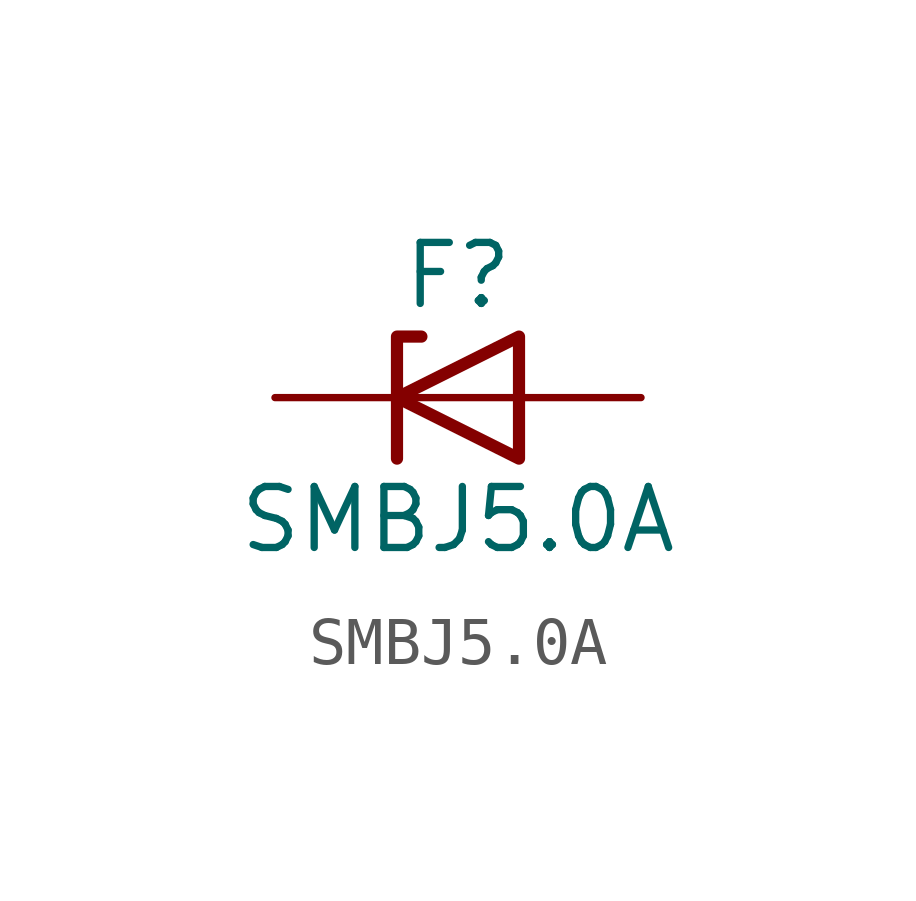
<source format=kicad_sym>
(kicad_symbol_lib
  (version 20220914)
  (generator kicad_db_lib)
  (symbol "SMBJ5.0A"
    (pin_numbers hide)
    (pin_names
      (offset 1.016) hide)
    (property "Reference" "F"
      (at 0 2.54 0)
      (effects (font (size 1.27 1.27))))
    (property "Value" "SMBJ5.0A"
      (at 0 -2.54 0)
      (effects (font (size 1.27 1.27))))
    (symbol "SMBJ5.0A_0_1"
      (polyline (pts (xy 1.27 0) (xy -1.27 0)) (stroke (width 0) (type default)) (fill (type none)))
      (polyline (pts (xy -1.27 -1.27) (xy -1.27 1.27) (xy -0.762 1.27)) (stroke (width 0.254) (type default)) (fill (type none)))
      (polyline (pts (xy 1.27 -1.27) (xy 1.27 1.27) (xy -1.27 0) (xy 1.27 -1.27)) (stroke (width 0.254) (type default)) (fill (type none))))
    (symbol "SMBJ5.0A_1_1"
      (pin passive line (at -3.81 0 0) (length 2.54) (name "K" (effects (font (size 1.27 1.27)))) (number "1" (effects (font (size 1.27 1.27)))))
      (pin passive line (at 3.81 0 180) (length 2.54) (name "A" (effects (font (size 1.27 1.27)))) (number "2" (effects (font (size 1.27 1.27))))))))
</source>
